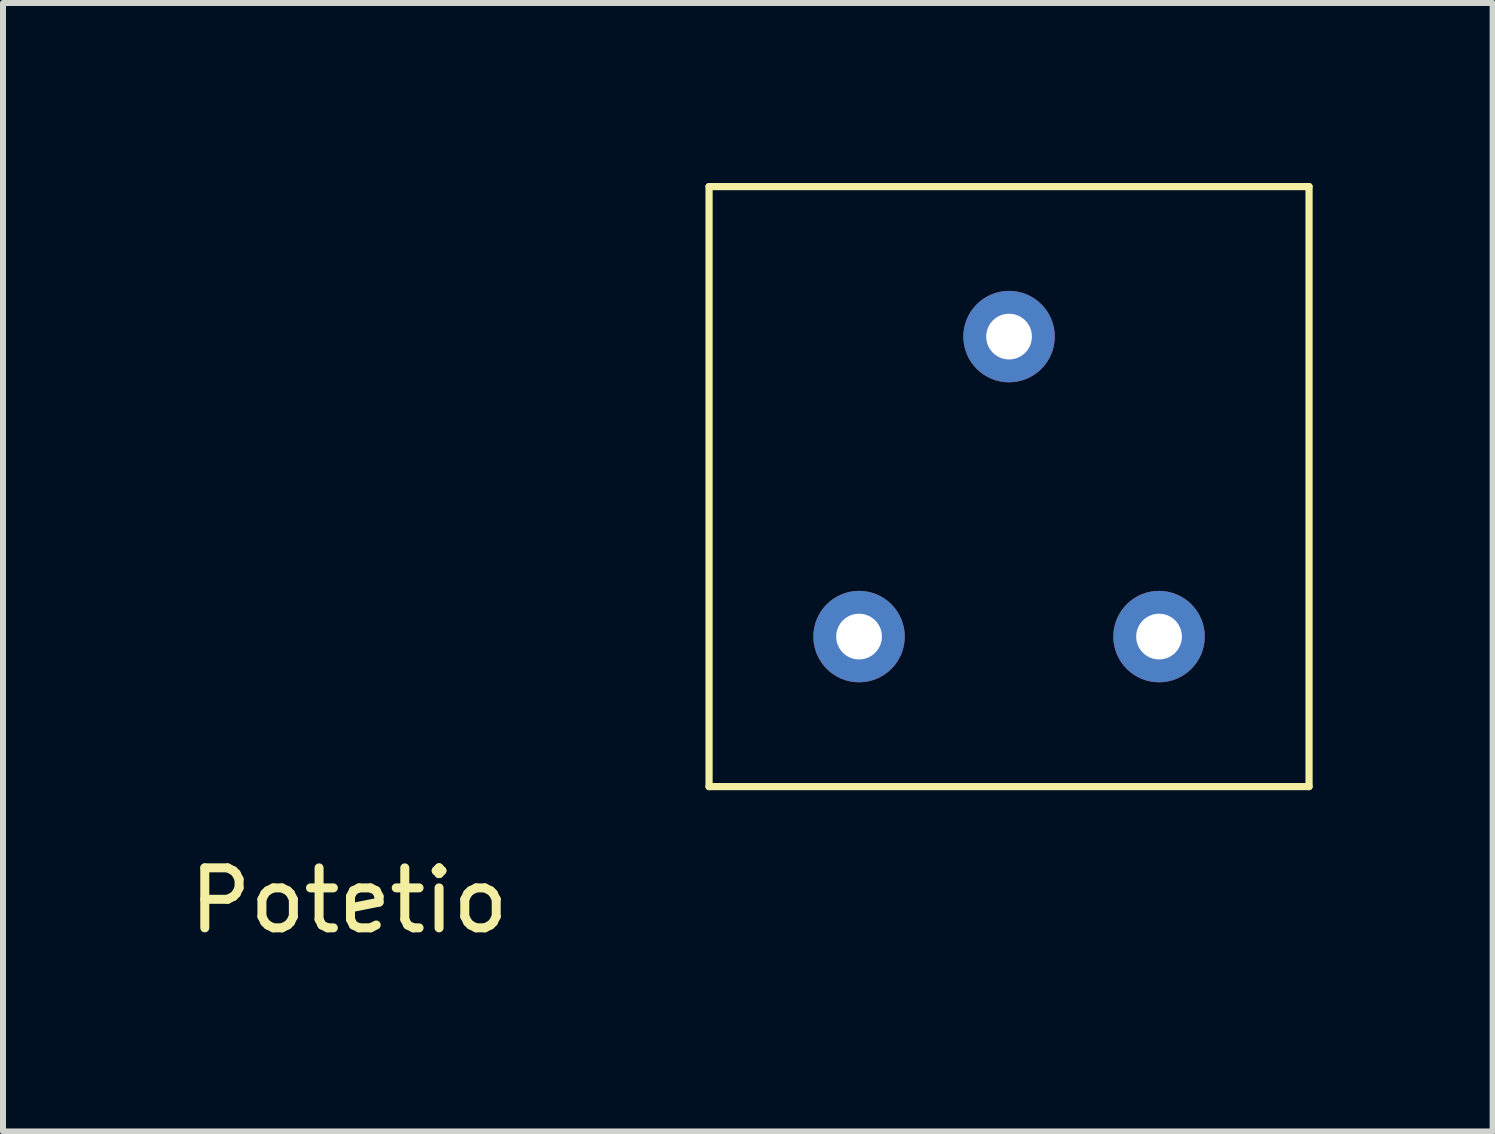
<source format=kicad_pcb>
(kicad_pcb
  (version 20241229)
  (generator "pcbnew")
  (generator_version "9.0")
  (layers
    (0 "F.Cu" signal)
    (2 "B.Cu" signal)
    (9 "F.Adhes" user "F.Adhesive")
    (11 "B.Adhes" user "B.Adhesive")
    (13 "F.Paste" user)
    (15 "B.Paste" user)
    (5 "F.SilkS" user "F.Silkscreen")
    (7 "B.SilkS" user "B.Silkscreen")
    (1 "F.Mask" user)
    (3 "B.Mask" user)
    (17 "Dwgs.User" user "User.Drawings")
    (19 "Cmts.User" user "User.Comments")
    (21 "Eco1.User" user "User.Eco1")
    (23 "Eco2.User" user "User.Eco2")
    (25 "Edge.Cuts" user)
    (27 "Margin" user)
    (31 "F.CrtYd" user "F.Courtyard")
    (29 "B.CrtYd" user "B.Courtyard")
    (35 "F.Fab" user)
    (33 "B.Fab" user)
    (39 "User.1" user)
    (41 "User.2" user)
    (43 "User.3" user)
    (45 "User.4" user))
  (footprint "Potetio"
    (layer "F.Cu")
    (at 8.768 10.06)
    (property "Reference" "Potetio" (at -6 1.9 0) (layer "F.SilkS") (effects (font (size 1 1) (thickness 0.15))))
    (attr through_hole)
    (fp_line (start 0 -10) (end 0 0) (stroke (width 0.12) (type solid)) (layer "F.SilkS"))
    (fp_line (start 0 0) (end 10 0) (stroke (width 0.12) (type solid)) (layer "F.SilkS"))
    (fp_line (start 10 -10) (end 0 -10) (stroke (width 0.12) (type solid)) (layer "F.SilkS"))
    (fp_line (start 10 0) (end 10 -10) (stroke (width 0.12) (type solid)) (layer "F.SilkS"))
    (pad "1" thru_hole circle (at 7.5 -2.5) (size 1.524 1.524) (drill 0.762) (layers "*.Cu" "*.Mask"))
    (pad "2" thru_hole circle (at 5 -7.5) (size 1.524 1.524) (drill 0.762) (layers "*.Cu" "*.Mask"))
    (pad "3" thru_hole circle (at 2.5 -2.5) (size 1.524 1.524) (drill 0.762) (layers "*.Cu" "*.Mask")))
  (gr_rect
    (start -3 -3)
    (end 21.828 15.808)
    (stroke (width 0.1) (type default))
    (fill no)
    (layer "Edge.Cuts")))
</source>
